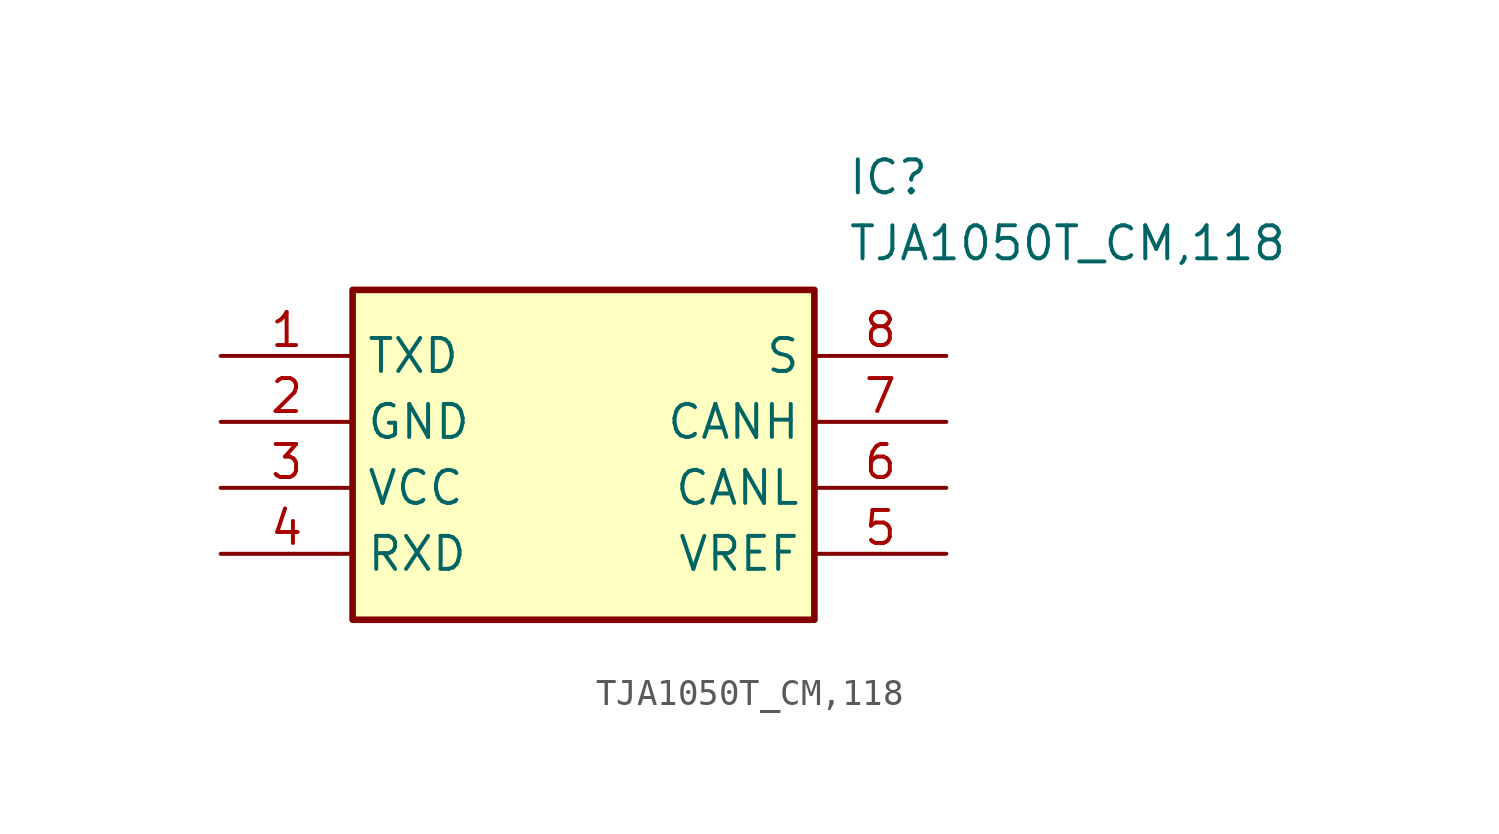
<source format=kicad_sym>
(kicad_symbol_lib
  (version 20211014)
  (generator SamacSys_ECAD_Model)
  (symbol "TJA1050T_CM,118"
    (property "Reference" "IC"
      (at 24.13 7.62 0)
      (effects (font (size 1.27 1.27)) (justify left top)))
    (property "Value" "TJA1050T_CM,118"
      (at 24.13 5.08 0)
      (effects (font (size 1.27 1.27)) (justify left top)))
    (rectangle
      (start 5.08 2.54)
      (end 22.86 -10.16)
      (stroke (width 0.254) (type default))
      (fill (type background)))
    (pin passive line
      (at 0 0 0)
      (length 5.08)
      (name "TXD" (effects (font (size 1.27 1.27))))
      (number "1" (effects (font (size 1.27 1.27)))))
    (pin passive line
      (at 0 -2.54 0)
      (length 5.08)
      (name "GND" (effects (font (size 1.27 1.27))))
      (number "2" (effects (font (size 1.27 1.27)))))
    (pin passive line
      (at 0 -5.08 0)
      (length 5.08)
      (name "VCC" (effects (font (size 1.27 1.27))))
      (number "3" (effects (font (size 1.27 1.27)))))
    (pin passive line
      (at 0 -7.62 0)
      (length 5.08)
      (name "RXD" (effects (font (size 1.27 1.27))))
      (number "4" (effects (font (size 1.27 1.27)))))
    (pin passive line
      (at 27.94 0 180)
      (length 5.08)
      (name "S" (effects (font (size 1.27 1.27))))
      (number "8" (effects (font (size 1.27 1.27)))))
    (pin passive line
      (at 27.94 -2.54 180)
      (length 5.08)
      (name "CANH" (effects (font (size 1.27 1.27))))
      (number "7" (effects (font (size 1.27 1.27)))))
    (pin passive line
      (at 27.94 -5.08 180)
      (length 5.08)
      (name "CANL" (effects (font (size 1.27 1.27))))
      (number "6" (effects (font (size 1.27 1.27)))))
    (pin passive line
      (at 27.94 -7.62 180)
      (length 5.08)
      (name "VREF" (effects (font (size 1.27 1.27))))
      (number "5" (effects (font (size 1.27 1.27)))))))
</source>
